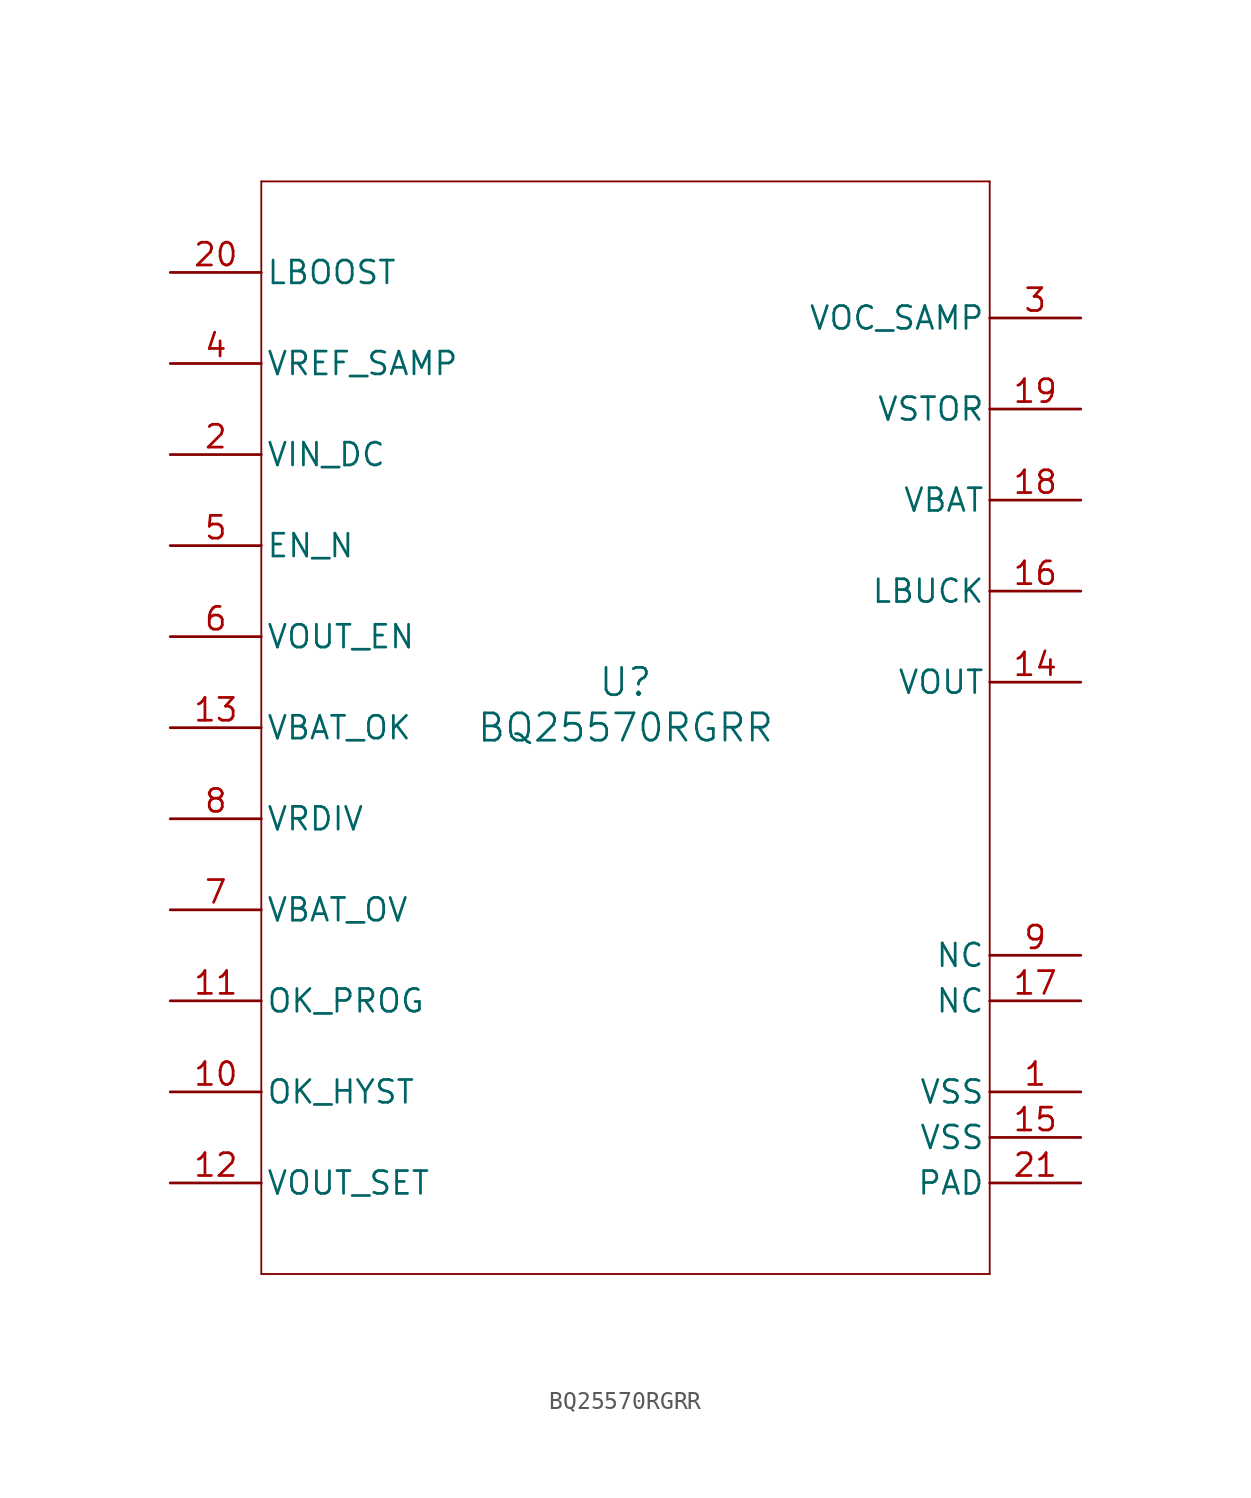
<source format=kicad_sym>
(kicad_symbol_lib
  (version 20211014)
  (generator kicad_symbol_editor)
  (symbol "BQ25570RGRR"
    (pin_names
      (offset 0.254))
    (property "Reference" "U"
      (at 0 2.54 0)
      (effects (font (size 1.524 1.524))))
    (property "Value" "BQ25570RGRR"
      (at 0 0 0)
      (effects (font (size 1.524 1.524))))
    (symbol "BQ25570RGRR_0_1"
      (polyline (pts (xy -20.32 -30.48) (xy 20.32 -30.48)) (stroke (width 0.102) (type default) (color 0 0 0 0)) (fill (type none)))
      (polyline (pts (xy 20.32 -30.48) (xy 20.32 30.48)) (stroke (width 0.102) (type default) (color 0 0 0 0)) (fill (type none)))
      (polyline (pts (xy 20.32 30.48) (xy -20.32 30.48)) (stroke (width 0.102) (type default) (color 0 0 0 0)) (fill (type none)))
      (polyline (pts (xy -20.32 30.48) (xy -20.32 -30.48)) (stroke (width 0.102) (type default) (color 0 0 0 0)) (fill (type none)))
      (pin power_in line (at 25.4 -20.32 180) (length 5.08) (name "VSS" (effects (font (size 1.27 1.27)))) (number "1" (effects (font (size 1.27 1.27)))))
      (pin power_in line (at -25.4 15.24 0) (length 5.08) (name "VIN_DC" (effects (font (size 1.27 1.27)))) (number "2" (effects (font (size 1.27 1.27)))))
      (pin input line (at 25.4 22.86 180) (length 5.08) (name "VOC_SAMP" (effects (font (size 1.27 1.27)))) (number "3" (effects (font (size 1.27 1.27)))))
      (pin input line (at -25.4 20.32 0) (length 5.08) (name "VREF_SAMP" (effects (font (size 1.27 1.27)))) (number "4" (effects (font (size 1.27 1.27)))))
      (pin input line (at -25.4 10.16 0) (length 5.08) (name "EN_N" (effects (font (size 1.27 1.27)))) (number "5" (effects (font (size 1.27 1.27)))))
      (pin input line (at -25.4 5.08 0) (length 5.08) (name "VOUT_EN" (effects (font (size 1.27 1.27)))) (number "6" (effects (font (size 1.27 1.27)))))
      (pin input line (at -25.4 -10.16 0) (length 5.08) (name "VBAT_OV" (effects (font (size 1.27 1.27)))) (number "7" (effects (font (size 1.27 1.27)))))
      (pin output line (at -25.4 -5.08 0) (length 5.08) (name "VRDIV" (effects (font (size 1.27 1.27)))) (number "8" (effects (font (size 1.27 1.27)))))
      (pin power_in line (at 25.4 -12.7 180) (length 5.08) (name "NC" (effects (font (size 1.27 1.27)))) (number "9" (effects (font (size 1.27 1.27)))))
      (pin input line (at -25.4 -20.32 0) (length 5.08) (name "OK_HYST" (effects (font (size 1.27 1.27)))) (number "10" (effects (font (size 1.27 1.27)))))
      (pin input line (at -25.4 -15.24 0) (length 5.08) (name "OK_PROG" (effects (font (size 1.27 1.27)))) (number "11" (effects (font (size 1.27 1.27)))))
      (pin input line (at -25.4 -25.4 0) (length 5.08) (name "VOUT_SET" (effects (font (size 1.27 1.27)))) (number "12" (effects (font (size 1.27 1.27)))))
      (pin output line (at -25.4 0 0) (length 5.08) (name "VBAT_OK" (effects (font (size 1.27 1.27)))) (number "13" (effects (font (size 1.27 1.27)))))
      (pin power_in line (at 25.4 2.54 180) (length 5.08) (name "VOUT" (effects (font (size 1.27 1.27)))) (number "14" (effects (font (size 1.27 1.27)))))
      (pin power_in line (at 25.4 -22.86 180) (length 5.08) (name "VSS" (effects (font (size 1.27 1.27)))) (number "15" (effects (font (size 1.27 1.27)))))
      (pin unspecified line (at 25.4 7.62 180) (length 5.08) (name "LBUCK" (effects (font (size 1.27 1.27)))) (number "16" (effects (font (size 1.27 1.27)))))
      (pin unspecified line (at 25.4 -15.24 180) (length 5.08) (name "NC" (effects (font (size 1.27 1.27)))) (number "17" (effects (font (size 1.27 1.27)))))
      (pin bidirectional line (at 25.4 12.7 180) (length 5.08) (name "VBAT" (effects (font (size 1.27 1.27)))) (number "18" (effects (font (size 1.27 1.27)))))
      (pin power_in line (at 25.4 17.78 180) (length 5.08) (name "VSTOR" (effects (font (size 1.27 1.27)))) (number "19" (effects (font (size 1.27 1.27)))))
      (pin input line (at -25.4 25.4 0) (length 5.08) (name "LBOOST" (effects (font (size 1.27 1.27)))) (number "20" (effects (font (size 1.27 1.27)))))
      (pin power_in line (at 25.4 -25.4 180) (length 5.08) (name "PAD" (effects (font (size 1.27 1.27)))) (number "21" (effects (font (size 1.27 1.27))))))))
</source>
